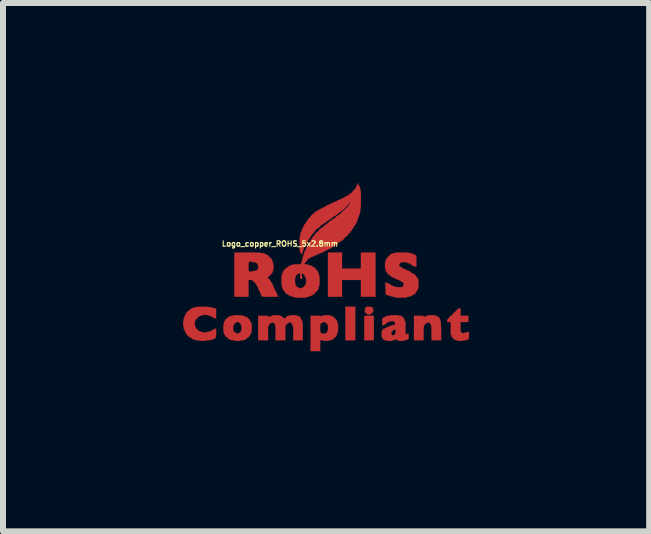
<source format=kicad_pcb>
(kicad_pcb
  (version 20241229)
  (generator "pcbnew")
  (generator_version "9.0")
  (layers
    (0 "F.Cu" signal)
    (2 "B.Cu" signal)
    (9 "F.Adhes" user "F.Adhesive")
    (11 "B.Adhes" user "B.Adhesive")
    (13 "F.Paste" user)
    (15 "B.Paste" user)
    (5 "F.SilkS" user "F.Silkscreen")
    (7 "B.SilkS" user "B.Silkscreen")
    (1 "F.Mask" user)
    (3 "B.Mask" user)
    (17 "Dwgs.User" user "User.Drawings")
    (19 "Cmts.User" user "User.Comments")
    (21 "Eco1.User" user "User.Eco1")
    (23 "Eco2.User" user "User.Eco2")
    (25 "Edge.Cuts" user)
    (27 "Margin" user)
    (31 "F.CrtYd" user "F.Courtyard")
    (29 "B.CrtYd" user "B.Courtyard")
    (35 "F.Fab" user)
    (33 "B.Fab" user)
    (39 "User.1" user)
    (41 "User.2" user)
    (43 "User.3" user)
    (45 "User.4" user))
  (footprint "Logo_copper_ROHS_5x2.8mm"
    (layer "F.Cu")
    (at 2.414 1.411)
    (property "Reference" "Logo_copper_ROHS_5x2.8mm" (at -0.8 -0.4 0) (layer "F.SilkS") (effects (font (size 0.089 0.089) (thickness 0.018))))
    (attr through_hole)
    (fp_poly (pts (xy 0.455 1.209) (xy 0.371 1.209) (xy 0.29 1.209) (xy 0.29 0.93) (xy 0.29 0.648) (xy 0.371 0.648) (xy 0.455 0.648) (xy 0.455 0.93) (xy 0.455 1.209)) (stroke (width 0.003) (type solid)) (fill yes) (layer "F.Cu"))
    (fp_poly (pts (xy 0.765 1.209) (xy 0.683 1.209) (xy 0.605 1.209) (xy 0.605 1.003) (xy 0.605 0.8) (xy 0.683 0.8) (xy 0.765 0.8) (xy 0.765 1.003) (xy 0.765 1.209)) (stroke (width 0.003) (type solid)) (fill yes) (layer "F.Cu"))
    (fp_poly (pts (xy 0.792 0.483) (xy 0.671 0.483) (xy 0.549 0.483) (xy 0.549 0.343) (xy 0.549 0.203) (xy 0.391 0.203) (xy 0.234 0.203) (xy 0.234 0.343) (xy 0.234 0.483) (xy 0.117 0.483) (xy 0 0.483) (xy 0 0.114) (xy 0 -0.254) (xy 0.117 -0.254) (xy 0.234 -0.254) (xy 0.234 -0.119) (xy 0.234 0.013) (xy 0.391 0.013) (xy 0.549 0.013) (xy 0.549 -0.119) (xy 0.549 -0.254) (xy 0.671 -0.254) (xy 0.792 -0.254) (xy 0.792 0.114) (xy 0.792 0.483)) (stroke (width 0.003) (type solid)) (fill yes) (layer "F.Cu"))
    (fp_poly (pts (xy 0.754 0.706) (xy 0.752 0.721) (xy 0.752 0.732) (xy 0.749 0.734) (xy 0.744 0.737) (xy 0.744 0.742) (xy 0.739 0.754) (xy 0.729 0.762) (xy 0.719 0.765) (xy 0.711 0.767) (xy 0.709 0.772) (xy 0.706 0.775) (xy 0.699 0.777) (xy 0.681 0.78) (xy 0.665 0.777) (xy 0.655 0.775) (xy 0.653 0.772) (xy 0.65 0.765) (xy 0.645 0.765) (xy 0.638 0.759) (xy 0.627 0.752) (xy 0.625 0.752) (xy 0.62 0.742) (xy 0.615 0.732) (xy 0.615 0.716) (xy 0.615 0.709) (xy 0.615 0.693) (xy 0.617 0.681) (xy 0.62 0.678) (xy 0.622 0.676) (xy 0.625 0.671) (xy 0.627 0.66) (xy 0.635 0.653) (xy 0.65 0.65) (xy 0.673 0.648) (xy 0.678 0.648) (xy 0.699 0.65) (xy 0.711 0.65) (xy 0.719 0.653) (xy 0.724 0.658) (xy 0.732 0.658) (xy 0.742 0.66) (xy 0.744 0.668) (xy 0.747 0.676) (xy 0.749 0.678) (xy 0.752 0.683) (xy 0.754 0.696) (xy 0.754 0.706)) (stroke (width 0.003) (type solid)) (fill yes) (layer "F.Cu"))
    (fp_poly (pts (xy 1.885 1.209) (xy 1.803 1.209) (xy 1.725 1.209) (xy 1.725 1.085) (xy 1.725 1.041) (xy 1.722 1.008) (xy 1.722 0.983) (xy 1.72 0.965) (xy 1.72 0.96) (xy 1.72 0.958) (xy 1.714 0.955) (xy 1.714 0.945) (xy 1.709 0.93) (xy 1.699 0.922) (xy 1.689 0.919) (xy 1.681 0.917) (xy 1.679 0.912) (xy 1.676 0.904) (xy 1.674 0.904) (xy 1.669 0.907) (xy 1.669 0.912) (xy 1.664 0.917) (xy 1.654 0.919) (xy 1.643 0.919) (xy 1.638 0.925) (xy 1.636 0.93) (xy 1.633 0.93) (xy 1.626 0.932) (xy 1.615 0.942) (xy 1.613 0.95) (xy 1.61 0.958) (xy 1.603 0.963) (xy 1.6 0.968) (xy 1.598 0.97) (xy 1.598 0.978) (xy 1.595 0.986) (xy 1.595 1.001) (xy 1.595 1.024) (xy 1.593 1.052) (xy 1.593 1.09) (xy 1.593 1.209) (xy 1.514 1.209) (xy 1.433 1.209) (xy 1.433 1.003) (xy 1.433 0.8) (xy 1.514 0.8) (xy 1.544 0.8) (xy 1.565 0.8) (xy 1.58 0.8) (xy 1.587 0.8) (xy 1.593 0.803) (xy 1.593 0.805) (xy 1.593 0.808) (xy 1.595 0.815) (xy 1.605 0.818) (xy 1.608 0.818) (xy 1.621 0.818) (xy 1.623 0.813) (xy 1.628 0.81) (xy 1.631 0.808) (xy 1.638 0.805) (xy 1.638 0.803) (xy 1.643 0.8) (xy 1.654 0.8) (xy 1.664 0.798) (xy 1.669 0.795) (xy 1.669 0.792) (xy 1.674 0.792) (xy 1.687 0.79) (xy 1.709 0.79) (xy 1.73 0.79) (xy 1.755 0.79) (xy 1.775 0.79) (xy 1.786 0.792) (xy 1.788 0.792) (xy 1.793 0.798) (xy 1.798 0.8) (xy 1.806 0.8) (xy 1.808 0.803) (xy 1.814 0.808) (xy 1.819 0.808) (xy 1.826 0.81) (xy 1.829 0.813) (xy 1.834 0.818) (xy 1.841 0.823) (xy 1.852 0.831) (xy 1.854 0.838) (xy 1.857 0.843) (xy 1.859 0.843) (xy 1.862 0.848) (xy 1.864 0.853) (xy 1.867 0.861) (xy 1.869 0.864) (xy 1.872 0.869) (xy 1.875 0.879) (xy 1.875 0.884) (xy 1.875 0.897) (xy 1.877 0.904) (xy 1.88 0.904) (xy 1.88 0.909) (xy 1.882 0.925) (xy 1.882 0.947) (xy 1.882 0.98) (xy 1.885 1.021) (xy 1.885 1.057) (xy 1.885 1.209)) (stroke (width 0.003) (type solid)) (fill yes) (layer "F.Cu"))
    (fp_poly (pts (xy 2.349 1.128) (xy 2.349 1.156) (xy 2.347 1.176) (xy 2.344 1.189) (xy 2.337 1.194) (xy 2.329 1.199) (xy 2.319 1.199) (xy 2.309 1.201) (xy 2.304 1.204) (xy 2.299 1.206) (xy 2.289 1.209) (xy 2.276 1.209) (xy 2.261 1.209) (xy 2.25 1.212) (xy 2.248 1.214) (xy 2.245 1.217) (xy 2.23 1.219) (xy 2.212 1.219) (xy 2.207 1.219) (xy 2.184 1.219) (xy 2.172 1.217) (xy 2.164 1.214) (xy 2.159 1.212) (xy 2.149 1.209) (xy 2.144 1.209) (xy 2.131 1.206) (xy 2.123 1.204) (xy 2.118 1.199) (xy 2.113 1.199) (xy 2.103 1.196) (xy 2.093 1.189) (xy 2.088 1.181) (xy 2.085 1.176) (xy 2.078 1.166) (xy 2.073 1.163) (xy 2.062 1.151) (xy 2.06 1.138) (xy 2.057 1.125) (xy 2.052 1.123) (xy 2.05 1.123) (xy 2.047 1.118) (xy 2.045 1.11) (xy 2.045 1.095) (xy 2.045 1.074) (xy 2.045 1.046) (xy 2.045 1.013) (xy 2.045 0.904) (xy 2.014 0.904) (xy 1.984 0.904) (xy 1.984 0.886) (xy 1.986 0.869) (xy 1.996 0.856) (xy 1.999 0.853) (xy 2.009 0.843) (xy 2.014 0.838) (xy 2.014 0.836) (xy 2.017 0.831) (xy 2.024 0.823) (xy 2.035 0.813) (xy 2.045 0.803) (xy 2.05 0.8) (xy 2.052 0.8) (xy 2.057 0.795) (xy 2.065 0.787) (xy 2.073 0.78) (xy 2.078 0.772) (xy 2.083 0.767) (xy 2.09 0.757) (xy 2.101 0.747) (xy 2.111 0.739) (xy 2.116 0.734) (xy 2.121 0.732) (xy 2.131 0.721) (xy 2.141 0.711) (xy 2.149 0.704) (xy 2.154 0.696) (xy 2.159 0.688) (xy 2.169 0.681) (xy 2.184 0.678) (xy 2.189 0.678) (xy 2.21 0.678) (xy 2.21 0.739) (xy 2.21 0.8) (xy 2.273 0.8) (xy 2.339 0.8) (xy 2.339 0.851) (xy 2.339 0.904) (xy 2.273 0.904) (xy 2.21 0.904) (xy 2.21 0.983) (xy 2.21 1.013) (xy 2.21 1.036) (xy 2.21 1.052) (xy 2.212 1.062) (xy 2.215 1.067) (xy 2.217 1.072) (xy 2.22 1.077) (xy 2.233 1.085) (xy 2.245 1.087) (xy 2.258 1.09) (xy 2.273 1.087) (xy 2.281 1.085) (xy 2.283 1.085) (xy 2.289 1.079) (xy 2.299 1.079) (xy 2.309 1.077) (xy 2.314 1.074) (xy 2.319 1.069) (xy 2.329 1.069) (xy 2.332 1.069) (xy 2.349 1.069) (xy 2.349 1.128)) (stroke (width 0.003) (type solid)) (fill yes) (layer "F.Cu"))
    (fp_poly (pts (xy -0.419 1.209) (xy -0.498 1.209) (xy -0.579 1.209) (xy -0.579 1.09) (xy -0.579 1.052) (xy -0.579 1.021) (xy -0.579 1.001) (xy -0.582 0.986) (xy -0.582 0.975) (xy -0.584 0.97) (xy -0.587 0.968) (xy -0.592 0.965) (xy -0.594 0.955) (xy -0.594 0.942) (xy -0.599 0.94) (xy -0.602 0.935) (xy -0.605 0.93) (xy -0.607 0.919) (xy -0.615 0.919) (xy -0.622 0.917) (xy -0.625 0.912) (xy -0.627 0.904) (xy -0.632 0.904) (xy -0.643 0.907) (xy -0.643 0.912) (xy -0.648 0.917) (xy -0.653 0.919) (xy -0.663 0.922) (xy -0.676 0.932) (xy -0.686 0.942) (xy -0.709 0.963) (xy -0.709 1.087) (xy -0.709 1.209) (xy -0.79 1.209) (xy -0.874 1.209) (xy -0.874 1.085) (xy -0.874 1.041) (xy -0.874 1.008) (xy -0.876 0.983) (xy -0.876 0.965) (xy -0.879 0.96) (xy -0.879 0.958) (xy -0.881 0.955) (xy -0.884 0.945) (xy -0.886 0.932) (xy -0.897 0.922) (xy -0.907 0.919) (xy -0.912 0.914) (xy -0.914 0.912) (xy -0.917 0.904) (xy -0.919 0.904) (xy -0.922 0.907) (xy -0.925 0.912) (xy -0.927 0.917) (xy -0.94 0.919) (xy -0.953 0.922) (xy -0.965 0.93) (xy -0.975 0.94) (xy -0.978 0.95) (xy -0.983 0.958) (xy -0.988 0.963) (xy -0.993 0.968) (xy -0.993 0.97) (xy -0.996 0.978) (xy -0.998 0.986) (xy -0.998 1.001) (xy -0.998 1.024) (xy -0.998 1.052) (xy -0.998 1.09) (xy -0.998 1.209) (xy -1.082 1.209) (xy -1.163 1.209) (xy -1.163 1.003) (xy -1.163 0.8) (xy -1.082 0.8) (xy -1.052 0.8) (xy -1.029 0.8) (xy -1.013 0.8) (xy -1.006 0.8) (xy -1.001 0.803) (xy -0.998 0.805) (xy -0.998 0.808) (xy -0.996 0.815) (xy -0.988 0.818) (xy -0.983 0.818) (xy -0.973 0.818) (xy -0.968 0.813) (xy -0.965 0.81) (xy -0.958 0.808) (xy -0.95 0.808) (xy -0.947 0.803) (xy -0.945 0.8) (xy -0.937 0.8) (xy -0.927 0.798) (xy -0.925 0.792) (xy -0.919 0.792) (xy -0.904 0.79) (xy -0.884 0.79) (xy -0.866 0.79) (xy -0.841 0.79) (xy -0.823 0.79) (xy -0.81 0.792) (xy -0.808 0.792) (xy -0.805 0.798) (xy -0.795 0.8) (xy -0.787 0.8) (xy -0.785 0.803) (xy -0.78 0.808) (xy -0.777 0.808) (xy -0.767 0.813) (xy -0.757 0.82) (xy -0.747 0.831) (xy -0.744 0.838) (xy -0.739 0.843) (xy -0.729 0.843) (xy -0.726 0.843) (xy -0.714 0.843) (xy -0.709 0.838) (xy -0.706 0.831) (xy -0.696 0.82) (xy -0.686 0.813) (xy -0.676 0.808) (xy -0.671 0.805) (xy -0.668 0.803) (xy -0.665 0.8) (xy -0.653 0.8) (xy -0.65 0.8) (xy -0.64 0.798) (xy -0.635 0.795) (xy -0.632 0.792) (xy -0.63 0.792) (xy -0.615 0.79) (xy -0.594 0.79) (xy -0.582 0.79) (xy -0.556 0.79) (xy -0.538 0.79) (xy -0.531 0.792) (xy -0.528 0.792) (xy -0.523 0.798) (xy -0.513 0.798) (xy -0.511 0.8) (xy -0.5 0.8) (xy -0.493 0.803) (xy -0.49 0.808) (xy -0.485 0.808) (xy -0.475 0.813) (xy -0.465 0.823) (xy -0.457 0.833) (xy -0.455 0.843) (xy -0.45 0.851) (xy -0.447 0.853) (xy -0.439 0.859) (xy -0.439 0.864) (xy -0.437 0.871) (xy -0.434 0.874) (xy -0.432 0.879) (xy -0.429 0.889) (xy -0.429 0.897) (xy -0.427 0.909) (xy -0.424 0.917) (xy -0.424 0.919) (xy -0.422 0.925) (xy -0.422 0.937) (xy -0.419 0.963) (xy -0.419 0.996) (xy -0.419 1.036) (xy -0.419 1.064) (xy -0.419 1.209)) (stroke (width 0.003) (type solid)) (fill yes) (layer "F.Cu"))
    (fp_poly (pts (xy 0.168 0.998) (xy 0.168 1.026) (xy 0.168 1.044) (xy 0.165 1.057) (xy 0.163 1.059) (xy 0.16 1.064) (xy 0.16 1.074) (xy 0.16 1.079) (xy 0.157 1.092) (xy 0.155 1.097) (xy 0.155 1.1) (xy 0.15 1.102) (xy 0.15 1.113) (xy 0.147 1.12) (xy 0.145 1.123) (xy 0.14 1.128) (xy 0.14 1.13) (xy 0.135 1.14) (xy 0.127 1.151) (xy 0.117 1.161) (xy 0.107 1.171) (xy 0.099 1.173) (xy 0.094 1.179) (xy 0.094 1.181) (xy 0.089 1.186) (xy 0.084 1.189) (xy 0.076 1.191) (xy 0.074 1.194) (xy 0.069 1.199) (xy 0.064 1.199) (xy 0.056 1.201) (xy 0.053 1.204) (xy 0.048 1.206) (xy 0.038 1.209) (xy 0.03 1.209) (xy 0.018 1.209) (xy 0.01 1.212) (xy 0.008 1.214) (xy 0.005 1.217) (xy 0 1.217) (xy 0 1.011) (xy 0 1.003) (xy 0 0.983) (xy 0 0.968) (xy -0.003 0.96) (xy -0.003 0.958) (xy -0.008 0.955) (xy -0.008 0.95) (xy -0.013 0.942) (xy -0.02 0.932) (xy -0.03 0.922) (xy -0.038 0.919) (xy -0.043 0.914) (xy -0.043 0.912) (xy -0.048 0.907) (xy -0.058 0.904) (xy -0.064 0.904) (xy -0.079 0.904) (xy -0.084 0.909) (xy -0.084 0.912) (xy -0.089 0.917) (xy -0.097 0.919) (xy -0.107 0.919) (xy -0.109 0.925) (xy -0.112 0.927) (xy -0.119 0.93) (xy -0.122 0.93) (xy -0.124 0.932) (xy -0.127 0.937) (xy -0.127 0.95) (xy -0.13 0.965) (xy -0.13 0.993) (xy -0.13 1.001) (xy -0.13 1.034) (xy -0.127 1.057) (xy -0.124 1.072) (xy -0.122 1.082) (xy -0.117 1.087) (xy -0.107 1.09) (xy -0.104 1.09) (xy -0.097 1.09) (xy -0.094 1.095) (xy -0.089 1.097) (xy -0.079 1.097) (xy -0.069 1.1) (xy -0.053 1.097) (xy -0.046 1.095) (xy -0.043 1.095) (xy -0.041 1.09) (xy -0.038 1.09) (xy -0.03 1.085) (xy -0.02 1.077) (xy -0.013 1.067) (xy -0.008 1.057) (xy -0.005 1.049) (xy -0.003 1.049) (xy -0.003 1.044) (xy 0 1.031) (xy 0 1.011) (xy 0 1.217) (xy -0.008 1.219) (xy -0.025 1.219) (xy -0.03 1.219) (xy -0.051 1.219) (xy -0.066 1.217) (xy -0.074 1.214) (xy -0.079 1.212) (xy -0.089 1.209) (xy -0.097 1.209) (xy -0.109 1.206) (xy -0.117 1.204) (xy -0.119 1.204) (xy -0.122 1.199) (xy -0.124 1.199) (xy -0.124 1.204) (xy -0.127 1.219) (xy -0.127 1.242) (xy -0.13 1.273) (xy -0.13 1.293) (xy -0.13 1.389) (xy -0.208 1.389) (xy -0.29 1.389) (xy -0.29 1.095) (xy -0.29 0.8) (xy -0.208 0.8) (xy -0.178 0.8) (xy -0.152 0.8) (xy -0.137 0.803) (xy -0.13 0.803) (xy -0.124 0.808) (xy -0.119 0.808) (xy -0.112 0.808) (xy -0.109 0.803) (xy -0.104 0.8) (xy -0.094 0.8) (xy -0.091 0.8) (xy -0.079 0.798) (xy -0.074 0.795) (xy -0.074 0.792) (xy -0.069 0.792) (xy -0.056 0.79) (xy -0.036 0.79) (xy -0.02 0.79) (xy 0 0.79) (xy 0.018 0.79) (xy 0.028 0.792) (xy 0.033 0.798) (xy 0.043 0.798) (xy 0.046 0.8) (xy 0.058 0.8) (xy 0.064 0.803) (xy 0.069 0.808) (xy 0.074 0.808) (xy 0.081 0.813) (xy 0.089 0.818) (xy 0.097 0.826) (xy 0.102 0.828) (xy 0.109 0.833) (xy 0.112 0.841) (xy 0.122 0.851) (xy 0.13 0.859) (xy 0.14 0.871) (xy 0.147 0.881) (xy 0.15 0.886) (xy 0.152 0.892) (xy 0.155 0.894) (xy 0.157 0.899) (xy 0.157 0.909) (xy 0.16 0.917) (xy 0.16 0.93) (xy 0.163 0.937) (xy 0.163 0.94) (xy 0.165 0.942) (xy 0.168 0.958) (xy 0.168 0.978) (xy 0.168 0.998)) (stroke (width 0.003) (type solid)) (fill yes) (layer "F.Cu"))
    (fp_poly (pts (xy -1.267 1.003) (xy -1.27 1.031) (xy -1.27 1.052) (xy -1.273 1.064) (xy -1.273 1.069) (xy -1.278 1.072) (xy -1.278 1.085) (xy -1.28 1.095) (xy -1.285 1.1) (xy -1.293 1.102) (xy -1.293 1.11) (xy -1.298 1.123) (xy -1.303 1.128) (xy -1.311 1.138) (xy -1.313 1.143) (xy -1.318 1.153) (xy -1.328 1.161) (xy -1.336 1.163) (xy -1.344 1.166) (xy -1.344 1.168) (xy -1.349 1.173) (xy -1.351 1.173) (xy -1.359 1.179) (xy -1.359 1.181) (xy -1.364 1.186) (xy -1.369 1.189) (xy -1.377 1.191) (xy -1.379 1.194) (xy -1.382 1.199) (xy -1.389 1.199) (xy -1.397 1.201) (xy -1.4 1.204) (xy -1.402 1.206) (xy -1.415 1.209) (xy -1.43 1.209) (xy -1.433 1.209) (xy -1.433 1.003) (xy -1.435 0.996) (xy -1.438 0.993) (xy -1.443 0.991) (xy -1.443 0.978) (xy -1.443 0.97) (xy -1.445 0.958) (xy -1.448 0.95) (xy -1.453 0.945) (xy -1.453 0.94) (xy -1.458 0.93) (xy -1.468 0.922) (xy -1.476 0.919) (xy -1.483 0.914) (xy -1.483 0.912) (xy -1.486 0.907) (xy -1.496 0.904) (xy -1.506 0.904) (xy -1.521 0.904) (xy -1.529 0.907) (xy -1.529 0.912) (xy -1.532 0.917) (xy -1.537 0.919) (xy -1.547 0.922) (xy -1.557 0.932) (xy -1.56 0.94) (xy -1.562 0.947) (xy -1.567 0.95) (xy -1.572 0.953) (xy -1.572 0.963) (xy -1.575 0.97) (xy -1.575 0.986) (xy -1.577 0.993) (xy -1.58 0.993) (xy -1.582 0.998) (xy -1.582 1.003) (xy -1.582 1.011) (xy -1.58 1.013) (xy -1.575 1.019) (xy -1.575 1.029) (xy -1.575 1.036) (xy -1.572 1.049) (xy -1.57 1.059) (xy -1.567 1.059) (xy -1.562 1.062) (xy -1.552 1.069) (xy -1.549 1.074) (xy -1.539 1.082) (xy -1.529 1.09) (xy -1.527 1.09) (xy -1.519 1.092) (xy -1.519 1.095) (xy -1.514 1.097) (xy -1.509 1.1) (xy -1.501 1.097) (xy -1.499 1.095) (xy -1.494 1.09) (xy -1.488 1.09) (xy -1.478 1.085) (xy -1.468 1.077) (xy -1.46 1.072) (xy -1.45 1.059) (xy -1.445 1.046) (xy -1.443 1.034) (xy -1.443 1.021) (xy -1.44 1.013) (xy -1.438 1.013) (xy -1.435 1.008) (xy -1.433 1.003) (xy -1.433 1.209) (xy -1.448 1.209) (xy -1.46 1.212) (xy -1.463 1.214) (xy -1.468 1.217) (xy -1.481 1.219) (xy -1.501 1.219) (xy -1.506 1.219) (xy -1.527 1.219) (xy -1.542 1.217) (xy -1.549 1.214) (xy -1.554 1.212) (xy -1.565 1.209) (xy -1.582 1.209) (xy -1.598 1.209) (xy -1.61 1.206) (xy -1.613 1.204) (xy -1.618 1.199) (xy -1.626 1.199) (xy -1.636 1.196) (xy -1.638 1.194) (xy -1.643 1.189) (xy -1.648 1.189) (xy -1.656 1.186) (xy -1.659 1.184) (xy -1.664 1.173) (xy -1.671 1.166) (xy -1.681 1.163) (xy -1.687 1.161) (xy -1.689 1.158) (xy -1.692 1.153) (xy -1.697 1.153) (xy -1.702 1.151) (xy -1.704 1.146) (xy -1.707 1.135) (xy -1.714 1.128) (xy -1.722 1.118) (xy -1.725 1.11) (xy -1.725 1.102) (xy -1.73 1.1) (xy -1.732 1.095) (xy -1.735 1.085) (xy -1.735 1.074) (xy -1.737 1.069) (xy -1.74 1.069) (xy -1.74 1.064) (xy -1.742 1.049) (xy -1.742 1.029) (xy -1.742 1.003) (xy -1.742 0.975) (xy -1.742 0.955) (xy -1.74 0.942) (xy -1.74 0.94) (xy -1.735 0.935) (xy -1.735 0.925) (xy -1.735 0.922) (xy -1.732 0.909) (xy -1.73 0.904) (xy -1.725 0.899) (xy -1.725 0.894) (xy -1.722 0.886) (xy -1.72 0.884) (xy -1.714 0.879) (xy -1.714 0.876) (xy -1.709 0.866) (xy -1.704 0.859) (xy -1.697 0.853) (xy -1.689 0.851) (xy -1.681 0.843) (xy -1.679 0.833) (xy -1.674 0.831) (xy -1.669 0.828) (xy -1.661 0.826) (xy -1.654 0.818) (xy -1.641 0.81) (xy -1.631 0.808) (xy -1.618 0.808) (xy -1.613 0.805) (xy -1.613 0.803) (xy -1.61 0.8) (xy -1.598 0.8) (xy -1.593 0.8) (xy -1.582 0.798) (xy -1.575 0.795) (xy -1.575 0.792) (xy -1.57 0.792) (xy -1.554 0.79) (xy -1.534 0.79) (xy -1.509 0.79) (xy -1.481 0.79) (xy -1.46 0.79) (xy -1.448 0.792) (xy -1.443 0.792) (xy -1.44 0.798) (xy -1.427 0.798) (xy -1.422 0.8) (xy -1.407 0.8) (xy -1.4 0.803) (xy -1.394 0.808) (xy -1.384 0.808) (xy -1.372 0.813) (xy -1.364 0.818) (xy -1.354 0.826) (xy -1.346 0.828) (xy -1.336 0.831) (xy -1.333 0.833) (xy -1.331 0.841) (xy -1.321 0.851) (xy -1.318 0.853) (xy -1.308 0.864) (xy -1.303 0.874) (xy -1.303 0.876) (xy -1.3 0.884) (xy -1.298 0.884) (xy -1.295 0.889) (xy -1.293 0.894) (xy -1.29 0.902) (xy -1.285 0.904) (xy -1.28 0.907) (xy -1.278 0.919) (xy -1.278 0.922) (xy -1.278 0.932) (xy -1.275 0.94) (xy -1.273 0.94) (xy -1.273 0.942) (xy -1.27 0.958) (xy -1.27 0.978) (xy -1.267 1.003)) (stroke (width 0.003) (type solid)) (fill yes) (layer "F.Cu"))
    (fp_poly (pts (xy 1.344 1.14) (xy 1.344 1.166) (xy 1.341 1.184) (xy 1.333 1.194) (xy 1.326 1.199) (xy 1.316 1.199) (xy 1.308 1.201) (xy 1.303 1.204) (xy 1.3 1.206) (xy 1.288 1.209) (xy 1.28 1.209) (xy 1.267 1.209) (xy 1.26 1.212) (xy 1.26 1.214) (xy 1.255 1.217) (xy 1.242 1.219) (xy 1.222 1.219) (xy 1.217 1.219) (xy 1.196 1.219) (xy 1.181 1.217) (xy 1.173 1.214) (xy 1.168 1.209) (xy 1.163 1.209) (xy 1.156 1.206) (xy 1.153 1.204) (xy 1.151 1.199) (xy 1.146 1.199) (xy 1.138 1.194) (xy 1.135 1.194) (xy 1.133 1.189) (xy 1.13 1.194) (xy 1.128 1.194) (xy 1.128 1.067) (xy 1.128 1.046) (xy 1.123 1.031) (xy 1.12 1.029) (xy 1.113 1.024) (xy 1.11 1.029) (xy 1.105 1.034) (xy 1.097 1.034) (xy 1.09 1.036) (xy 1.09 1.039) (xy 1.085 1.046) (xy 1.079 1.054) (xy 1.072 1.059) (xy 1.067 1.062) (xy 1.062 1.067) (xy 1.057 1.074) (xy 1.054 1.087) (xy 1.054 1.097) (xy 1.057 1.107) (xy 1.059 1.11) (xy 1.064 1.113) (xy 1.064 1.115) (xy 1.067 1.123) (xy 1.079 1.123) (xy 1.082 1.123) (xy 1.095 1.123) (xy 1.1 1.118) (xy 1.1 1.115) (xy 1.102 1.11) (xy 1.107 1.11) (xy 1.118 1.105) (xy 1.125 1.092) (xy 1.128 1.072) (xy 1.128 1.067) (xy 1.128 1.194) (xy 1.125 1.199) (xy 1.118 1.199) (xy 1.11 1.201) (xy 1.11 1.204) (xy 1.105 1.206) (xy 1.092 1.209) (xy 1.087 1.209) (xy 1.072 1.209) (xy 1.064 1.212) (xy 1.064 1.214) (xy 1.059 1.217) (xy 1.046 1.219) (xy 1.026 1.219) (xy 1.021 1.219) (xy 1.001 1.219) (xy 0.986 1.217) (xy 0.978 1.214) (xy 0.975 1.212) (xy 0.963 1.209) (xy 0.958 1.209) (xy 0.947 1.206) (xy 0.94 1.204) (xy 0.935 1.199) (xy 0.932 1.199) (xy 0.925 1.196) (xy 0.917 1.189) (xy 0.914 1.181) (xy 0.909 1.173) (xy 0.904 1.168) (xy 0.899 1.163) (xy 0.897 1.158) (xy 0.894 1.148) (xy 0.894 1.13) (xy 0.894 1.11) (xy 0.894 1.087) (xy 0.897 1.069) (xy 0.897 1.059) (xy 0.899 1.059) (xy 0.902 1.054) (xy 0.904 1.049) (xy 0.907 1.036) (xy 0.917 1.024) (xy 0.93 1.016) (xy 0.937 1.013) (xy 0.947 1.011) (xy 0.95 1.008) (xy 0.953 1.006) (xy 0.958 1.003) (xy 0.968 1.001) (xy 0.968 0.998) (xy 0.973 0.996) (xy 0.978 0.993) (xy 0.988 0.991) (xy 0.988 0.988) (xy 0.993 0.986) (xy 1.003 0.983) (xy 1.006 0.983) (xy 1.019 0.983) (xy 1.024 0.978) (xy 1.024 0.975) (xy 1.029 0.97) (xy 1.039 0.968) (xy 1.049 0.968) (xy 1.054 0.963) (xy 1.059 0.96) (xy 1.069 0.958) (xy 1.072 0.958) (xy 1.082 0.958) (xy 1.09 0.955) (xy 1.092 0.95) (xy 1.105 0.95) (xy 1.113 0.947) (xy 1.118 0.945) (xy 1.118 0.932) (xy 1.118 0.93) (xy 1.115 0.909) (xy 1.107 0.897) (xy 1.092 0.894) (xy 1.082 0.892) (xy 1.079 0.889) (xy 1.074 0.884) (xy 1.072 0.884) (xy 1.064 0.886) (xy 1.064 0.889) (xy 1.059 0.892) (xy 1.049 0.894) (xy 1.044 0.894) (xy 1.031 0.894) (xy 1.024 0.897) (xy 1.024 0.899) (xy 1.019 0.902) (xy 1.008 0.904) (xy 1.006 0.904) (xy 0.996 0.904) (xy 0.988 0.909) (xy 0.986 0.917) (xy 0.975 0.925) (xy 0.968 0.93) (xy 0.963 0.932) (xy 0.953 0.94) (xy 0.95 0.945) (xy 0.935 0.955) (xy 0.919 0.958) (xy 0.904 0.958) (xy 0.904 0.902) (xy 0.904 0.876) (xy 0.904 0.856) (xy 0.907 0.846) (xy 0.909 0.843) (xy 0.914 0.841) (xy 0.914 0.836) (xy 0.917 0.831) (xy 0.927 0.828) (xy 0.935 0.828) (xy 0.94 0.823) (xy 0.942 0.82) (xy 0.95 0.818) (xy 0.958 0.818) (xy 0.958 0.813) (xy 0.963 0.81) (xy 0.968 0.808) (xy 0.978 0.808) (xy 0.978 0.803) (xy 0.983 0.8) (xy 0.996 0.8) (xy 1.006 0.8) (xy 1.021 0.798) (xy 1.031 0.795) (xy 1.034 0.792) (xy 1.039 0.792) (xy 1.052 0.79) (xy 1.074 0.79) (xy 1.105 0.79) (xy 1.133 0.79) (xy 1.156 0.79) (xy 1.168 0.792) (xy 1.173 0.792) (xy 1.179 0.798) (xy 1.189 0.798) (xy 1.196 0.8) (xy 1.209 0.8) (xy 1.217 0.803) (xy 1.219 0.803) (xy 1.222 0.808) (xy 1.227 0.808) (xy 1.234 0.813) (xy 1.245 0.82) (xy 1.255 0.831) (xy 1.26 0.838) (xy 1.262 0.843) (xy 1.265 0.843) (xy 1.267 0.848) (xy 1.27 0.853) (xy 1.27 0.861) (xy 1.273 0.864) (xy 1.278 0.869) (xy 1.278 0.879) (xy 1.28 0.892) (xy 1.285 0.894) (xy 1.288 0.894) (xy 1.29 0.899) (xy 1.293 0.907) (xy 1.293 0.922) (xy 1.293 0.942) (xy 1.293 0.973) (xy 1.293 1.001) (xy 1.293 1.036) (xy 1.293 1.064) (xy 1.295 1.082) (xy 1.295 1.095) (xy 1.295 1.102) (xy 1.298 1.107) (xy 1.3 1.107) (xy 1.303 1.11) (xy 1.311 1.107) (xy 1.313 1.105) (xy 1.318 1.1) (xy 1.328 1.1) (xy 1.344 1.1) (xy 1.344 1.14)) (stroke (width 0.003) (type solid)) (fill yes) (layer "F.Cu"))
    (fp_poly (pts (xy -0.828 0.478) (xy -0.833 0.48) (xy -0.848 0.483) (xy -0.871 0.483) (xy -0.904 0.483) (xy -0.945 0.483) (xy -0.963 0.483) (xy -1.003 0.483) (xy -1.036 0.483) (xy -1.062 0.483) (xy -1.082 0.48) (xy -1.095 0.48) (xy -1.102 0.478) (xy -1.107 0.472) (xy -1.107 0.467) (xy -1.11 0.462) (xy -1.113 0.455) (xy -1.118 0.45) (xy -1.118 0.439) (xy -1.12 0.429) (xy -1.123 0.424) (xy -1.128 0.419) (xy -1.128 0.411) (xy -1.13 0.401) (xy -1.133 0.399) (xy -1.138 0.394) (xy -1.138 0.389) (xy -1.143 0.381) (xy -1.146 0.378) (xy -1.153 0.373) (xy -1.153 0.368) (xy -1.156 0.361) (xy -1.158 0.358) (xy -1.161 0.356) (xy -1.163 0.343) (xy -1.163 0.34) (xy -1.163 -0.013) (xy -1.163 -0.03) (xy -1.166 -0.043) (xy -1.168 -0.048) (xy -1.173 -0.053) (xy -1.173 -0.061) (xy -1.176 -0.071) (xy -1.184 -0.074) (xy -1.191 -0.076) (xy -1.194 -0.079) (xy -1.199 -0.081) (xy -1.206 -0.084) (xy -1.217 -0.086) (xy -1.219 -0.089) (xy -1.224 -0.091) (xy -1.234 -0.094) (xy -1.245 -0.094) (xy -1.257 -0.094) (xy -1.267 -0.097) (xy -1.267 -0.099) (xy -1.273 -0.102) (xy -1.283 -0.104) (xy -1.295 -0.104) (xy -1.308 -0.102) (xy -1.316 -0.097) (xy -1.318 -0.089) (xy -1.321 -0.074) (xy -1.323 -0.051) (xy -1.323 -0.028) (xy -1.323 -0.003) (xy -1.323 0.018) (xy -1.321 0.038) (xy -1.318 0.051) (xy -1.318 0.056) (xy -1.311 0.061) (xy -1.298 0.064) (xy -1.283 0.064) (xy -1.27 0.064) (xy -1.26 0.061) (xy -1.26 0.058) (xy -1.255 0.056) (xy -1.242 0.053) (xy -1.232 0.053) (xy -1.217 0.053) (xy -1.206 0.051) (xy -1.204 0.048) (xy -1.199 0.043) (xy -1.196 0.043) (xy -1.186 0.041) (xy -1.176 0.033) (xy -1.176 0.03) (xy -1.168 0.023) (xy -1.166 0.015) (xy -1.163 0) (xy -1.163 -0.013) (xy -1.163 0.34) (xy -1.166 0.33) (xy -1.168 0.325) (xy -1.168 0.323) (xy -1.173 0.32) (xy -1.173 0.315) (xy -1.179 0.305) (xy -1.184 0.3) (xy -1.191 0.29) (xy -1.194 0.282) (xy -1.196 0.272) (xy -1.206 0.262) (xy -1.214 0.259) (xy -1.219 0.254) (xy -1.219 0.251) (xy -1.222 0.241) (xy -1.232 0.231) (xy -1.24 0.229) (xy -1.247 0.226) (xy -1.255 0.216) (xy -1.26 0.208) (xy -1.262 0.206) (xy -1.278 0.203) (xy -1.29 0.203) (xy -1.323 0.203) (xy -1.323 0.343) (xy -1.323 0.483) (xy -1.44 0.483) (xy -1.56 0.483) (xy -1.56 0.114) (xy -1.56 -0.254) (xy -1.344 -0.254) (xy -1.285 -0.254) (xy -1.237 -0.254) (xy -1.196 -0.251) (xy -1.166 -0.251) (xy -1.143 -0.251) (xy -1.13 -0.249) (xy -1.128 -0.249) (xy -1.125 -0.246) (xy -1.113 -0.244) (xy -1.097 -0.244) (xy -1.079 -0.244) (xy -1.067 -0.241) (xy -1.064 -0.239) (xy -1.059 -0.234) (xy -1.054 -0.234) (xy -1.046 -0.231) (xy -1.044 -0.229) (xy -1.039 -0.224) (xy -1.034 -0.224) (xy -1.026 -0.221) (xy -1.024 -0.218) (xy -1.019 -0.216) (xy -1.011 -0.213) (xy -1.001 -0.211) (xy -0.998 -0.208) (xy -0.996 -0.203) (xy -0.986 -0.193) (xy -0.975 -0.178) (xy -0.97 -0.175) (xy -0.958 -0.163) (xy -0.947 -0.152) (xy -0.94 -0.15) (xy -0.935 -0.145) (xy -0.935 -0.137) (xy -0.932 -0.127) (xy -0.93 -0.124) (xy -0.925 -0.119) (xy -0.925 -0.109) (xy -0.922 -0.099) (xy -0.919 -0.094) (xy -0.917 -0.089) (xy -0.914 -0.079) (xy -0.914 -0.071) (xy -0.912 -0.058) (xy -0.909 -0.051) (xy -0.909 -0.048) (xy -0.907 -0.043) (xy -0.904 -0.033) (xy -0.904 -0.015) (xy -0.904 0) (xy -0.907 0.01) (xy -0.909 0.013) (xy -0.912 0.018) (xy -0.914 0.03) (xy -0.914 0.038) (xy -0.914 0.053) (xy -0.917 0.061) (xy -0.919 0.064) (xy -0.922 0.069) (xy -0.925 0.074) (xy -0.927 0.084) (xy -0.932 0.094) (xy -0.94 0.099) (xy -0.942 0.099) (xy -0.947 0.102) (xy -0.955 0.112) (xy -0.958 0.122) (xy -0.963 0.127) (xy -0.968 0.13) (xy -0.978 0.132) (xy -0.978 0.135) (xy -0.983 0.142) (xy -0.993 0.152) (xy -1.003 0.155) (xy -1.011 0.155) (xy -1.013 0.16) (xy -1.011 0.163) (xy -1.008 0.163) (xy -1.001 0.168) (xy -0.991 0.178) (xy -0.978 0.191) (xy -0.968 0.203) (xy -0.96 0.213) (xy -0.958 0.218) (xy -0.958 0.226) (xy -0.953 0.229) (xy -0.95 0.234) (xy -0.947 0.239) (xy -0.947 0.246) (xy -0.942 0.249) (xy -0.935 0.254) (xy -0.927 0.264) (xy -0.925 0.274) (xy -0.922 0.282) (xy -0.919 0.284) (xy -0.914 0.287) (xy -0.914 0.3) (xy -0.912 0.31) (xy -0.909 0.315) (xy -0.904 0.318) (xy -0.904 0.323) (xy -0.902 0.333) (xy -0.899 0.333) (xy -0.894 0.338) (xy -0.894 0.345) (xy -0.892 0.356) (xy -0.889 0.358) (xy -0.884 0.363) (xy -0.884 0.368) (xy -0.881 0.376) (xy -0.879 0.378) (xy -0.874 0.384) (xy -0.874 0.389) (xy -0.871 0.396) (xy -0.866 0.399) (xy -0.861 0.404) (xy -0.859 0.411) (xy -0.856 0.422) (xy -0.853 0.424) (xy -0.851 0.429) (xy -0.848 0.439) (xy -0.848 0.45) (xy -0.843 0.455) (xy -0.841 0.457) (xy -0.838 0.465) (xy -0.836 0.472) (xy -0.833 0.475) (xy -0.828 0.478)) (stroke (width 0.003) (type solid)) (fill yes) (layer "F.Cu"))
    (fp_poly (pts (xy -1.864 1.087) (xy -1.864 1.118) (xy -1.864 1.14) (xy -1.867 1.158) (xy -1.872 1.166) (xy -1.877 1.171) (xy -1.885 1.173) (xy -1.892 1.179) (xy -1.895 1.181) (xy -1.897 1.186) (xy -1.905 1.189) (xy -1.915 1.191) (xy -1.918 1.194) (xy -1.923 1.196) (xy -1.933 1.199) (xy -1.938 1.199) (xy -1.951 1.199) (xy -1.958 1.201) (xy -1.958 1.204) (xy -1.963 1.206) (xy -1.976 1.209) (xy -1.994 1.209) (xy -1.996 1.209) (xy -2.014 1.209) (xy -2.029 1.212) (xy -2.035 1.214) (xy -2.04 1.217) (xy -2.052 1.217) (xy -2.073 1.219) (xy -2.088 1.219) (xy -2.113 1.219) (xy -2.131 1.217) (xy -2.141 1.214) (xy -2.144 1.214) (xy -2.149 1.212) (xy -2.162 1.209) (xy -2.177 1.209) (xy -2.192 1.209) (xy -2.205 1.206) (xy -2.21 1.204) (xy -2.212 1.201) (xy -2.223 1.199) (xy -2.235 1.196) (xy -2.238 1.194) (xy -2.243 1.191) (xy -2.25 1.189) (xy -2.261 1.186) (xy -2.263 1.181) (xy -2.268 1.176) (xy -2.273 1.173) (xy -2.281 1.171) (xy -2.283 1.168) (xy -2.289 1.163) (xy -2.294 1.163) (xy -2.301 1.161) (xy -2.309 1.153) (xy -2.316 1.146) (xy -2.319 1.143) (xy -2.327 1.14) (xy -2.337 1.133) (xy -2.344 1.123) (xy -2.349 1.115) (xy -2.352 1.11) (xy -2.355 1.11) (xy -2.357 1.105) (xy -2.36 1.1) (xy -2.362 1.09) (xy -2.37 1.085) (xy -2.377 1.074) (xy -2.377 1.067) (xy -2.38 1.059) (xy -2.383 1.059) (xy -2.388 1.054) (xy -2.388 1.044) (xy -2.388 1.041) (xy -2.39 1.029) (xy -2.395 1.024) (xy -2.4 1.021) (xy -2.403 1.013) (xy -2.403 0.996) (xy -2.405 0.98) (xy -2.408 0.97) (xy -2.408 0.968) (xy -2.41 0.965) (xy -2.413 0.95) (xy -2.413 0.932) (xy -2.413 0.927) (xy -2.413 0.907) (xy -2.41 0.892) (xy -2.41 0.884) (xy -2.408 0.884) (xy -2.405 0.879) (xy -2.405 0.869) (xy -2.403 0.856) (xy -2.403 0.841) (xy -2.4 0.831) (xy -2.395 0.828) (xy -2.39 0.826) (xy -2.388 0.813) (xy -2.388 0.803) (xy -2.383 0.8) (xy -2.38 0.795) (xy -2.377 0.79) (xy -2.377 0.78) (xy -2.375 0.78) (xy -2.37 0.775) (xy -2.37 0.772) (xy -2.367 0.765) (xy -2.365 0.765) (xy -2.36 0.759) (xy -2.36 0.757) (xy -2.355 0.749) (xy -2.347 0.737) (xy -2.337 0.726) (xy -2.327 0.716) (xy -2.319 0.714) (xy -2.314 0.711) (xy -2.314 0.709) (xy -2.309 0.704) (xy -2.304 0.704) (xy -2.296 0.701) (xy -2.294 0.699) (xy -2.289 0.688) (xy -2.281 0.681) (xy -2.271 0.678) (xy -2.266 0.676) (xy -2.263 0.673) (xy -2.261 0.671) (xy -2.248 0.668) (xy -2.245 0.668) (xy -2.235 0.668) (xy -2.23 0.665) (xy -2.228 0.663) (xy -2.225 0.66) (xy -2.215 0.658) (xy -2.202 0.658) (xy -2.2 0.653) (xy -2.195 0.653) (xy -2.179 0.65) (xy -2.156 0.65) (xy -2.123 0.65) (xy -2.09 0.648) (xy -2.052 0.65) (xy -2.022 0.65) (xy -1.999 0.65) (xy -1.986 0.653) (xy -1.984 0.653) (xy -1.979 0.655) (xy -1.968 0.658) (xy -1.956 0.658) (xy -1.941 0.66) (xy -1.93 0.663) (xy -1.928 0.663) (xy -1.925 0.668) (xy -1.913 0.668) (xy -1.91 0.668) (xy -1.9 0.671) (xy -1.895 0.673) (xy -1.89 0.678) (xy -1.88 0.678) (xy -1.864 0.678) (xy -1.864 0.762) (xy -1.864 0.843) (xy -1.88 0.843) (xy -1.89 0.841) (xy -1.895 0.836) (xy -1.897 0.831) (xy -1.905 0.828) (xy -1.915 0.828) (xy -1.918 0.823) (xy -1.923 0.82) (xy -1.928 0.818) (xy -1.938 0.818) (xy -1.938 0.813) (xy -1.943 0.81) (xy -1.948 0.808) (xy -1.956 0.808) (xy -1.958 0.803) (xy -1.963 0.8) (xy -1.971 0.8) (xy -1.981 0.798) (xy -1.984 0.792) (xy -1.989 0.79) (xy -1.999 0.79) (xy -2.009 0.79) (xy -2.022 0.787) (xy -2.032 0.785) (xy -2.035 0.785) (xy -2.037 0.78) (xy -2.047 0.78) (xy -2.055 0.78) (xy -2.06 0.785) (xy -2.062 0.787) (xy -2.075 0.787) (xy -2.083 0.79) (xy -2.098 0.79) (xy -2.108 0.792) (xy -2.113 0.798) (xy -2.121 0.8) (xy -2.131 0.8) (xy -2.134 0.803) (xy -2.139 0.808) (xy -2.141 0.808) (xy -2.149 0.813) (xy -2.159 0.82) (xy -2.169 0.828) (xy -2.174 0.836) (xy -2.177 0.843) (xy -2.184 0.851) (xy -2.189 0.853) (xy -2.192 0.853) (xy -2.2 0.859) (xy -2.205 0.866) (xy -2.21 0.876) (xy -2.212 0.884) (xy -2.215 0.884) (xy -2.217 0.889) (xy -2.217 0.902) (xy -2.22 0.922) (xy -2.22 0.927) (xy -2.217 0.947) (xy -2.217 0.963) (xy -2.215 0.968) (xy -2.21 0.973) (xy -2.21 0.98) (xy -2.207 0.991) (xy -2.205 0.993) (xy -2.2 0.998) (xy -2.2 1.003) (xy -2.197 1.011) (xy -2.195 1.013) (xy -2.187 1.016) (xy -2.177 1.026) (xy -2.169 1.036) (xy -2.164 1.044) (xy -2.159 1.049) (xy -2.154 1.049) (xy -2.146 1.052) (xy -2.144 1.054) (xy -2.139 1.057) (xy -2.134 1.059) (xy -2.126 1.062) (xy -2.123 1.064) (xy -2.118 1.067) (xy -2.108 1.069) (xy -2.106 1.069) (xy -2.095 1.069) (xy -2.088 1.072) (xy -2.088 1.074) (xy -2.085 1.077) (xy -2.073 1.077) (xy -2.057 1.079) (xy -2.04 1.077) (xy -2.027 1.077) (xy -2.024 1.074) (xy -2.019 1.072) (xy -2.009 1.069) (xy -2.004 1.069) (xy -1.991 1.067) (xy -1.984 1.064) (xy -1.979 1.059) (xy -1.968 1.059) (xy -1.966 1.059) (xy -1.956 1.057) (xy -1.948 1.054) (xy -1.946 1.049) (xy -1.938 1.049) (xy -1.93 1.046) (xy -1.928 1.041) (xy -1.925 1.036) (xy -1.915 1.034) (xy -1.908 1.031) (xy -1.905 1.029) (xy -1.9 1.024) (xy -1.895 1.024) (xy -1.885 1.021) (xy -1.885 1.019) (xy -1.88 1.013) (xy -1.875 1.013) (xy -1.869 1.013) (xy -1.867 1.016) (xy -1.864 1.024) (xy -1.864 1.034) (xy -1.864 1.052) (xy -1.864 1.077) (xy -1.864 1.087)) (stroke (width 0.003) (type solid)) (fill yes) (layer "F.Cu"))
    (fp_poly (pts (xy 1.509 0.269) (xy 1.509 0.3) (xy 1.506 0.323) (xy 1.506 0.338) (xy 1.504 0.343) (xy 1.501 0.348) (xy 1.499 0.356) (xy 1.496 0.366) (xy 1.491 0.368) (xy 1.486 0.373) (xy 1.483 0.378) (xy 1.481 0.386) (xy 1.478 0.389) (xy 1.476 0.394) (xy 1.473 0.399) (xy 1.471 0.406) (xy 1.468 0.409) (xy 1.463 0.411) (xy 1.463 0.414) (xy 1.46 0.422) (xy 1.45 0.432) (xy 1.44 0.439) (xy 1.43 0.445) (xy 1.42 0.447) (xy 1.415 0.455) (xy 1.405 0.462) (xy 1.397 0.465) (xy 1.389 0.467) (xy 1.389 0.47) (xy 1.384 0.472) (xy 1.374 0.475) (xy 1.364 0.475) (xy 1.359 0.478) (xy 1.354 0.483) (xy 1.344 0.483) (xy 1.336 0.483) (xy 1.321 0.485) (xy 1.316 0.488) (xy 1.313 0.49) (xy 1.313 0.493) (xy 1.308 0.495) (xy 1.298 0.498) (xy 1.285 0.498) (xy 1.262 0.498) (xy 1.232 0.498) (xy 1.217 0.498) (xy 1.181 0.498) (xy 1.158 0.498) (xy 1.14 0.498) (xy 1.128 0.495) (xy 1.123 0.495) (xy 1.12 0.493) (xy 1.118 0.49) (xy 1.115 0.488) (xy 1.107 0.485) (xy 1.092 0.483) (xy 1.077 0.483) (xy 1.067 0.48) (xy 1.064 0.478) (xy 1.059 0.475) (xy 1.049 0.475) (xy 1.039 0.472) (xy 1.034 0.47) (xy 1.029 0.465) (xy 1.019 0.465) (xy 1.016 0.465) (xy 1.006 0.462) (xy 0.998 0.46) (xy 0.996 0.455) (xy 0.986 0.455) (xy 0.975 0.452) (xy 0.97 0.45) (xy 0.965 0.445) (xy 0.963 0.434) (xy 0.96 0.417) (xy 0.96 0.394) (xy 0.958 0.361) (xy 0.958 0.353) (xy 0.958 0.32) (xy 0.958 0.295) (xy 0.958 0.277) (xy 0.955 0.269) (xy 0.95 0.264) (xy 0.95 0.259) (xy 0.95 0.251) (xy 0.958 0.249) (xy 0.968 0.249) (xy 0.98 0.249) (xy 0.988 0.251) (xy 0.988 0.254) (xy 0.993 0.257) (xy 1.001 0.259) (xy 1.011 0.262) (xy 1.013 0.264) (xy 1.019 0.267) (xy 1.024 0.269) (xy 1.031 0.272) (xy 1.034 0.277) (xy 1.039 0.282) (xy 1.044 0.284) (xy 1.052 0.287) (xy 1.054 0.29) (xy 1.059 0.292) (xy 1.067 0.295) (xy 1.074 0.295) (xy 1.079 0.3) (xy 1.082 0.302) (xy 1.09 0.305) (xy 1.097 0.305) (xy 1.1 0.31) (xy 1.102 0.312) (xy 1.113 0.315) (xy 1.115 0.315) (xy 1.125 0.315) (xy 1.128 0.318) (xy 1.128 0.32) (xy 1.133 0.32) (xy 1.148 0.323) (xy 1.168 0.323) (xy 1.181 0.323) (xy 1.206 0.323) (xy 1.222 0.323) (xy 1.232 0.32) (xy 1.24 0.318) (xy 1.245 0.312) (xy 1.247 0.312) (xy 1.255 0.297) (xy 1.26 0.282) (xy 1.26 0.264) (xy 1.255 0.251) (xy 1.245 0.241) (xy 1.237 0.239) (xy 1.229 0.236) (xy 1.224 0.229) (xy 1.214 0.221) (xy 1.204 0.218) (xy 1.196 0.216) (xy 1.194 0.211) (xy 1.189 0.206) (xy 1.179 0.203) (xy 1.168 0.203) (xy 1.163 0.198) (xy 1.158 0.196) (xy 1.151 0.193) (xy 1.143 0.193) (xy 1.138 0.188) (xy 1.135 0.185) (xy 1.128 0.183) (xy 1.12 0.183) (xy 1.118 0.178) (xy 1.115 0.175) (xy 1.11 0.173) (xy 1.1 0.173) (xy 1.1 0.168) (xy 1.095 0.165) (xy 1.09 0.163) (xy 1.079 0.163) (xy 1.079 0.16) (xy 1.074 0.155) (xy 1.069 0.155) (xy 1.057 0.15) (xy 1.046 0.142) (xy 1.044 0.135) (xy 1.039 0.13) (xy 1.034 0.13) (xy 1.026 0.124) (xy 1.019 0.119) (xy 1.011 0.112) (xy 1.008 0.109) (xy 0.998 0.104) (xy 0.991 0.097) (xy 0.988 0.086) (xy 0.986 0.079) (xy 0.983 0.079) (xy 0.98 0.074) (xy 0.978 0.071) (xy 0.975 0.064) (xy 0.973 0.064) (xy 0.97 0.058) (xy 0.968 0.053) (xy 0.968 0.046) (xy 0.963 0.043) (xy 0.96 0.041) (xy 0.958 0.028) (xy 0.958 0.018) (xy 0.955 0.013) (xy 0.953 0.01) (xy 0.95 -0.003) (xy 0.95 -0.023) (xy 0.95 -0.038) (xy 0.95 -0.064) (xy 0.95 -0.081) (xy 0.953 -0.091) (xy 0.955 -0.094) (xy 0.958 -0.099) (xy 0.958 -0.109) (xy 0.96 -0.119) (xy 0.963 -0.124) (xy 0.968 -0.127) (xy 0.968 -0.137) (xy 0.97 -0.145) (xy 0.973 -0.15) (xy 0.978 -0.152) (xy 0.978 -0.157) (xy 0.983 -0.165) (xy 0.991 -0.175) (xy 0.998 -0.183) (xy 1.006 -0.188) (xy 1.013 -0.193) (xy 1.019 -0.198) (xy 1.024 -0.206) (xy 1.029 -0.213) (xy 1.036 -0.221) (xy 1.046 -0.224) (xy 1.052 -0.226) (xy 1.054 -0.229) (xy 1.059 -0.234) (xy 1.067 -0.234) (xy 1.074 -0.236) (xy 1.079 -0.239) (xy 1.082 -0.241) (xy 1.095 -0.244) (xy 1.1 -0.244) (xy 1.113 -0.244) (xy 1.118 -0.246) (xy 1.118 -0.249) (xy 1.123 -0.251) (xy 1.138 -0.251) (xy 1.161 -0.254) (xy 1.194 -0.254) (xy 1.232 -0.254) (xy 1.27 -0.254) (xy 1.303 -0.254) (xy 1.326 -0.251) (xy 1.339 -0.251) (xy 1.344 -0.249) (xy 1.349 -0.246) (xy 1.359 -0.244) (xy 1.367 -0.244) (xy 1.379 -0.244) (xy 1.387 -0.241) (xy 1.389 -0.239) (xy 1.392 -0.236) (xy 1.405 -0.234) (xy 1.415 -0.231) (xy 1.42 -0.229) (xy 1.422 -0.226) (xy 1.43 -0.224) (xy 1.44 -0.221) (xy 1.443 -0.218) (xy 1.448 -0.213) (xy 1.453 -0.213) (xy 1.463 -0.211) (xy 1.463 -0.206) (xy 1.466 -0.201) (xy 1.468 -0.198) (xy 1.471 -0.193) (xy 1.473 -0.18) (xy 1.473 -0.157) (xy 1.473 -0.127) (xy 1.473 -0.109) (xy 1.473 -0.018) (xy 1.458 -0.018) (xy 1.448 -0.02) (xy 1.443 -0.023) (xy 1.44 -0.028) (xy 1.43 -0.028) (xy 1.422 -0.03) (xy 1.42 -0.033) (xy 1.415 -0.038) (xy 1.41 -0.038) (xy 1.4 -0.043) (xy 1.394 -0.048) (xy 1.384 -0.056) (xy 1.377 -0.058) (xy 1.369 -0.061) (xy 1.369 -0.066) (xy 1.364 -0.071) (xy 1.354 -0.074) (xy 1.351 -0.074) (xy 1.339 -0.076) (xy 1.333 -0.079) (xy 1.328 -0.081) (xy 1.318 -0.084) (xy 1.308 -0.086) (xy 1.303 -0.089) (xy 1.298 -0.091) (xy 1.285 -0.094) (xy 1.267 -0.094) (xy 1.262 -0.094) (xy 1.24 -0.094) (xy 1.227 -0.091) (xy 1.219 -0.089) (xy 1.214 -0.084) (xy 1.204 -0.079) (xy 1.196 -0.071) (xy 1.194 -0.064) (xy 1.191 -0.058) (xy 1.189 -0.058) (xy 1.184 -0.053) (xy 1.184 -0.048) (xy 1.186 -0.041) (xy 1.189 -0.038) (xy 1.194 -0.036) (xy 1.194 -0.028) (xy 1.196 -0.02) (xy 1.204 -0.018) (xy 1.217 -0.015) (xy 1.224 -0.008) (xy 1.229 0) (xy 1.232 0.003) (xy 1.24 0.005) (xy 1.247 0.005) (xy 1.25 0.008) (xy 1.252 0.013) (xy 1.26 0.013) (xy 1.267 0.015) (xy 1.27 0.018) (xy 1.273 0.023) (xy 1.28 0.023) (xy 1.29 0.025) (xy 1.293 0.028) (xy 1.298 0.033) (xy 1.303 0.033) (xy 1.311 0.036) (xy 1.313 0.038) (xy 1.318 0.043) (xy 1.323 0.043) (xy 1.331 0.046) (xy 1.333 0.048) (xy 1.339 0.053) (xy 1.346 0.053) (xy 1.356 0.056) (xy 1.359 0.058) (xy 1.364 0.064) (xy 1.369 0.064) (xy 1.377 0.066) (xy 1.379 0.069) (xy 1.382 0.079) (xy 1.392 0.086) (xy 1.402 0.089) (xy 1.407 0.091) (xy 1.41 0.094) (xy 1.412 0.097) (xy 1.42 0.099) (xy 1.427 0.102) (xy 1.44 0.109) (xy 1.45 0.119) (xy 1.46 0.13) (xy 1.463 0.137) (xy 1.468 0.142) (xy 1.473 0.15) (xy 1.481 0.157) (xy 1.483 0.165) (xy 1.488 0.173) (xy 1.491 0.173) (xy 1.499 0.178) (xy 1.499 0.183) (xy 1.501 0.193) (xy 1.504 0.193) (xy 1.506 0.198) (xy 1.506 0.213) (xy 1.509 0.234) (xy 1.509 0.264) (xy 1.509 0.269)) (stroke (width 0.003) (type solid)) (fill yes) (layer "F.Cu"))
    (fp_poly (pts (xy 0.549 -1.138) (xy 0.549 -1.092) (xy 0.549 -1.054) (xy 0.546 -1.024) (xy 0.546 -1.003) (xy 0.546 -0.991) (xy 0.544 -0.988) (xy 0.541 -0.983) (xy 0.538 -0.973) (xy 0.538 -0.955) (xy 0.538 -0.94) (xy 0.536 -0.927) (xy 0.533 -0.925) (xy 0.531 -0.919) (xy 0.528 -0.907) (xy 0.528 -0.902) (xy 0.528 -0.886) (xy 0.523 -0.879) (xy 0.521 -0.879) (xy 0.516 -0.874) (xy 0.513 -0.864) (xy 0.513 -0.853) (xy 0.508 -0.848) (xy 0.505 -0.843) (xy 0.503 -0.833) (xy 0.503 -0.831) (xy 0.503 -0.82) (xy 0.5 -0.813) (xy 0.498 -0.813) (xy 0.495 -0.81) (xy 0.493 -0.8) (xy 0.493 -0.798) (xy 0.493 -0.787) (xy 0.488 -0.785) (xy 0.485 -0.78) (xy 0.483 -0.772) (xy 0.483 -0.762) (xy 0.478 -0.759) (xy 0.475 -0.754) (xy 0.475 -0.749) (xy 0.472 -0.742) (xy 0.47 -0.739) (xy 0.465 -0.734) (xy 0.465 -0.732) (xy 0.46 -0.721) (xy 0.452 -0.711) (xy 0.445 -0.709) (xy 0.439 -0.704) (xy 0.439 -0.699) (xy 0.434 -0.686) (xy 0.429 -0.678) (xy 0.422 -0.671) (xy 0.419 -0.663) (xy 0.414 -0.655) (xy 0.409 -0.648) (xy 0.401 -0.64) (xy 0.399 -0.632) (xy 0.396 -0.622) (xy 0.386 -0.612) (xy 0.378 -0.61) (xy 0.373 -0.605) (xy 0.373 -0.602) (xy 0.371 -0.594) (xy 0.361 -0.582) (xy 0.353 -0.574) (xy 0.343 -0.561) (xy 0.335 -0.554) (xy 0.333 -0.551) (xy 0.33 -0.546) (xy 0.323 -0.538) (xy 0.315 -0.528) (xy 0.307 -0.523) (xy 0.302 -0.521) (xy 0.292 -0.513) (xy 0.282 -0.503) (xy 0.274 -0.493) (xy 0.269 -0.488) (xy 0.269 -0.485) (xy 0.264 -0.48) (xy 0.257 -0.472) (xy 0.246 -0.462) (xy 0.241 -0.46) (xy 0.239 -0.46) (xy 0.234 -0.455) (xy 0.229 -0.45) (xy 0.226 -0.45) (xy 0.218 -0.445) (xy 0.206 -0.437) (xy 0.203 -0.434) (xy 0.193 -0.424) (xy 0.18 -0.419) (xy 0.17 -0.417) (xy 0.168 -0.414) (xy 0.165 -0.404) (xy 0.155 -0.396) (xy 0.147 -0.394) (xy 0.14 -0.391) (xy 0.135 -0.384) (xy 0.124 -0.376) (xy 0.117 -0.373) (xy 0.109 -0.371) (xy 0.109 -0.368) (xy 0.104 -0.363) (xy 0.102 -0.363) (xy 0.094 -0.361) (xy 0.094 -0.358) (xy 0.089 -0.356) (xy 0.084 -0.353) (xy 0.076 -0.351) (xy 0.074 -0.348) (xy 0.069 -0.34) (xy 0.061 -0.33) (xy 0.051 -0.328) (xy 0.046 -0.325) (xy 0.043 -0.323) (xy 0.041 -0.32) (xy 0.03 -0.318) (xy 0.023 -0.318) (xy 0.018 -0.315) (xy 0.015 -0.31) (xy 0.008 -0.31) (xy 0 -0.307) (xy 0 -0.305) (xy -0.003 -0.3) (xy -0.008 -0.3) (xy -0.018 -0.297) (xy -0.018 -0.295) (xy -0.023 -0.29) (xy -0.03 -0.29) (xy -0.041 -0.287) (xy -0.043 -0.284) (xy -0.048 -0.279) (xy -0.053 -0.279) (xy -0.061 -0.277) (xy -0.064 -0.272) (xy -0.069 -0.264) (xy -0.074 -0.264) (xy -0.081 -0.262) (xy -0.084 -0.259) (xy -0.089 -0.254) (xy -0.097 -0.254) (xy -0.107 -0.251) (xy -0.109 -0.249) (xy -0.114 -0.246) (xy -0.124 -0.244) (xy -0.135 -0.241) (xy -0.14 -0.239) (xy -0.142 -0.234) (xy -0.15 -0.234) (xy -0.157 -0.231) (xy -0.157 -0.229) (xy -0.163 -0.226) (xy -0.17 -0.224) (xy -0.18 -0.221) (xy -0.183 -0.218) (xy -0.188 -0.216) (xy -0.198 -0.213) (xy -0.211 -0.211) (xy -0.213 -0.206) (xy -0.218 -0.201) (xy -0.224 -0.198) (xy -0.231 -0.196) (xy -0.234 -0.193) (xy -0.239 -0.191) (xy -0.246 -0.188) (xy -0.257 -0.188) (xy -0.259 -0.183) (xy -0.264 -0.18) (xy -0.272 -0.178) (xy -0.287 -0.175) (xy -0.295 -0.168) (xy -0.302 -0.16) (xy -0.31 -0.157) (xy -0.32 -0.155) (xy -0.33 -0.147) (xy -0.34 -0.137) (xy -0.343 -0.13) (xy -0.348 -0.124) (xy -0.353 -0.119) (xy -0.361 -0.112) (xy -0.363 -0.104) (xy -0.368 -0.097) (xy -0.376 -0.086) (xy -0.384 -0.084) (xy -0.389 -0.079) (xy -0.389 -0.071) (xy -0.389 -0.064) (xy -0.384 -0.061) (xy -0.373 -0.058) (xy -0.366 -0.058) (xy -0.353 -0.058) (xy -0.345 -0.056) (xy -0.343 -0.053) (xy -0.34 -0.051) (xy -0.328 -0.048) (xy -0.325 -0.048) (xy -0.315 -0.048) (xy -0.31 -0.043) (xy -0.305 -0.041) (xy -0.295 -0.038) (xy -0.282 -0.038) (xy -0.279 -0.033) (xy -0.274 -0.03) (xy -0.269 -0.028) (xy -0.259 -0.025) (xy -0.254 -0.018) (xy -0.244 -0.01) (xy -0.236 -0.008) (xy -0.226 -0.008) (xy -0.224 -0.003) (xy -0.221 0) (xy -0.211 0.01) (xy -0.208 0.013) (xy -0.198 0.023) (xy -0.193 0.033) (xy -0.191 0.043) (xy -0.18 0.051) (xy -0.175 0.053) (xy -0.17 0.058) (xy -0.168 0.066) (xy -0.168 0.076) (xy -0.163 0.079) (xy -0.16 0.084) (xy -0.157 0.089) (xy -0.157 0.097) (xy -0.155 0.099) (xy -0.15 0.104) (xy -0.15 0.114) (xy -0.15 0.122) (xy -0.147 0.135) (xy -0.145 0.142) (xy -0.145 0.145) (xy -0.142 0.147) (xy -0.14 0.163) (xy -0.14 0.185) (xy -0.14 0.213) (xy -0.14 0.218) (xy -0.14 0.249) (xy -0.14 0.272) (xy -0.142 0.287) (xy -0.142 0.295) (xy -0.145 0.295) (xy -0.147 0.297) (xy -0.15 0.31) (xy -0.15 0.32) (xy -0.155 0.323) (xy -0.157 0.328) (xy -0.157 0.338) (xy -0.157 0.34) (xy -0.16 0.353) (xy -0.163 0.358) (xy -0.168 0.363) (xy -0.168 0.368) (xy -0.17 0.376) (xy -0.173 0.378) (xy -0.18 0.381) (xy -0.191 0.391) (xy -0.201 0.399) (xy -0.208 0.409) (xy -0.213 0.417) (xy -0.216 0.422) (xy -0.226 0.432) (xy -0.236 0.439) (xy -0.241 0.445) (xy -0.244 0.445) (xy -0.249 0.447) (xy -0.249 0.45) (xy -0.254 0.452) (xy -0.259 0.455) (xy -0.267 0.455) (xy -0.269 0.46) (xy -0.272 0.462) (xy -0.279 0.465) (xy -0.287 0.465) (xy -0.29 0.47) (xy -0.292 0.472) (xy -0.3 0.475) (xy -0.307 0.475) (xy -0.31 0.478) (xy -0.312 0.483) (xy -0.325 0.483) (xy -0.33 0.483) (xy -0.345 0.485) (xy -0.353 0.488) (xy -0.353 0.49) (xy -0.356 0.493) (xy -0.358 0.495) (xy -0.363 0.495) (xy -0.363 0.221) (xy -0.363 0.216) (xy -0.363 0.196) (xy -0.366 0.18) (xy -0.368 0.175) (xy -0.368 0.173) (xy -0.373 0.17) (xy -0.373 0.16) (xy -0.376 0.147) (xy -0.381 0.145) (xy -0.389 0.14) (xy -0.389 0.135) (xy -0.394 0.122) (xy -0.404 0.109) (xy -0.417 0.102) (xy -0.427 0.099) (xy -0.434 0.099) (xy -0.437 0.104) (xy -0.439 0.114) (xy -0.439 0.122) (xy -0.437 0.135) (xy -0.434 0.142) (xy -0.434 0.145) (xy -0.432 0.147) (xy -0.429 0.16) (xy -0.429 0.163) (xy -0.429 0.178) (xy -0.432 0.183) (xy -0.442 0.183) (xy -0.447 0.183) (xy -0.465 0.183) (xy -0.465 0.137) (xy -0.465 0.114) (xy -0.465 0.099) (xy -0.467 0.091) (xy -0.47 0.089) (xy -0.472 0.089) (xy -0.483 0.091) (xy -0.483 0.094) (xy -0.488 0.099) (xy -0.493 0.099) (xy -0.503 0.102) (xy -0.508 0.109) (xy -0.516 0.117) (xy -0.521 0.119) (xy -0.528 0.124) (xy -0.536 0.135) (xy -0.538 0.147) (xy -0.541 0.16) (xy -0.544 0.163) (xy -0.546 0.168) (xy -0.549 0.183) (xy -0.549 0.203) (xy -0.549 0.216) (xy -0.549 0.241) (xy -0.546 0.257) (xy -0.546 0.267) (xy -0.544 0.269) (xy -0.541 0.274) (xy -0.538 0.282) (xy -0.536 0.29) (xy -0.533 0.295) (xy -0.528 0.297) (xy -0.528 0.305) (xy -0.526 0.312) (xy -0.521 0.315) (xy -0.516 0.318) (xy -0.513 0.32) (xy -0.511 0.323) (xy -0.503 0.323) (xy -0.495 0.325) (xy -0.493 0.328) (xy -0.49 0.333) (xy -0.483 0.333) (xy -0.475 0.335) (xy -0.472 0.338) (xy -0.47 0.343) (xy -0.46 0.343) (xy -0.457 0.343) (xy -0.445 0.343) (xy -0.439 0.34) (xy -0.439 0.338) (xy -0.434 0.335) (xy -0.432 0.333) (xy -0.424 0.33) (xy -0.411 0.323) (xy -0.404 0.315) (xy -0.391 0.302) (xy -0.384 0.295) (xy -0.378 0.295) (xy -0.376 0.29) (xy -0.373 0.279) (xy -0.373 0.277) (xy -0.373 0.264) (xy -0.368 0.259) (xy -0.366 0.254) (xy -0.366 0.241) (xy -0.363 0.221) (xy -0.363 0.495) (xy -0.368 0.498) (xy -0.384 0.498) (xy -0.404 0.498) (xy -0.434 0.498) (xy -0.457 0.498) (xy -0.49 0.498) (xy -0.518 0.498) (xy -0.536 0.498) (xy -0.549 0.498) (xy -0.556 0.495) (xy -0.559 0.493) (xy -0.559 0.49) (xy -0.561 0.485) (xy -0.572 0.485) (xy -0.582 0.483) (xy -0.594 0.483) (xy -0.602 0.48) (xy -0.605 0.478) (xy -0.607 0.475) (xy -0.615 0.475) (xy -0.622 0.472) (xy -0.625 0.47) (xy -0.627 0.465) (xy -0.632 0.465) (xy -0.643 0.462) (xy -0.643 0.46) (xy -0.648 0.455) (xy -0.655 0.455) (xy -0.668 0.45) (xy -0.673 0.445) (xy -0.681 0.437) (xy -0.688 0.434) (xy -0.696 0.429) (xy -0.706 0.422) (xy -0.709 0.414) (xy -0.711 0.409) (xy -0.714 0.409) (xy -0.719 0.404) (xy -0.719 0.399) (xy -0.721 0.391) (xy -0.724 0.389) (xy -0.734 0.384) (xy -0.742 0.376) (xy -0.744 0.366) (xy -0.747 0.361) (xy -0.749 0.358) (xy -0.752 0.356) (xy -0.754 0.345) (xy -0.754 0.338) (xy -0.759 0.333) (xy -0.762 0.33) (xy -0.765 0.32) (xy -0.765 0.307) (xy -0.77 0.305) (xy -0.77 0.3) (xy -0.772 0.284) (xy -0.772 0.262) (xy -0.775 0.231) (xy -0.775 0.211) (xy -0.775 0.175) (xy -0.772 0.15) (xy -0.772 0.13) (xy -0.77 0.119) (xy -0.765 0.114) (xy -0.765 0.109) (xy -0.762 0.102) (xy -0.759 0.099) (xy -0.754 0.094) (xy -0.754 0.084) (xy -0.754 0.081) (xy -0.749 0.066) (xy -0.744 0.058) (xy -0.737 0.051) (xy -0.734 0.043) (xy -0.732 0.036) (xy -0.729 0.033) (xy -0.721 0.03) (xy -0.711 0.023) (xy -0.701 0.01) (xy -0.693 0) (xy -0.688 -0.003) (xy -0.686 -0.008) (xy -0.678 -0.008) (xy -0.671 -0.01) (xy -0.668 -0.013) (xy -0.665 -0.018) (xy -0.66 -0.018) (xy -0.655 -0.02) (xy -0.653 -0.023) (xy -0.65 -0.028) (xy -0.643 -0.028) (xy -0.635 -0.03) (xy -0.632 -0.033) (xy -0.63 -0.038) (xy -0.625 -0.038) (xy -0.615 -0.041) (xy -0.615 -0.043) (xy -0.61 -0.046) (xy -0.597 -0.048) (xy -0.592 -0.048) (xy -0.577 -0.051) (xy -0.569 -0.053) (xy -0.564 -0.056) (xy -0.551 -0.058) (xy -0.528 -0.058) (xy -0.511 -0.058) (xy -0.485 -0.058) (xy -0.47 -0.058) (xy -0.46 -0.061) (xy -0.455 -0.064) (xy -0.455 -0.066) (xy -0.45 -0.074) (xy -0.447 -0.074) (xy -0.442 -0.076) (xy -0.439 -0.089) (xy -0.439 -0.094) (xy -0.437 -0.107) (xy -0.434 -0.114) (xy -0.432 -0.119) (xy -0.429 -0.13) (xy -0.429 -0.137) (xy -0.427 -0.15) (xy -0.424 -0.157) (xy -0.419 -0.163) (xy -0.419 -0.173) (xy -0.417 -0.185) (xy -0.414 -0.188) (xy -0.411 -0.193) (xy -0.409 -0.203) (xy -0.409 -0.206) (xy -0.406 -0.218) (xy -0.404 -0.224) (xy -0.401 -0.229) (xy -0.399 -0.239) (xy -0.396 -0.249) (xy -0.394 -0.254) (xy -0.391 -0.259) (xy -0.389 -0.267) (xy -0.386 -0.277) (xy -0.381 -0.279) (xy -0.376 -0.282) (xy -0.373 -0.295) (xy -0.373 -0.305) (xy -0.368 -0.31) (xy -0.366 -0.312) (xy -0.363 -0.318) (xy -0.361 -0.328) (xy -0.358 -0.328) (xy -0.356 -0.333) (xy -0.353 -0.34) (xy -0.353 -0.351) (xy -0.348 -0.353) (xy -0.345 -0.358) (xy -0.343 -0.363) (xy -0.343 -0.371) (xy -0.338 -0.373) (xy -0.335 -0.378) (xy -0.333 -0.384) (xy -0.333 -0.391) (xy -0.328 -0.394) (xy -0.325 -0.399) (xy -0.323 -0.406) (xy -0.323 -0.417) (xy -0.318 -0.419) (xy -0.31 -0.422) (xy -0.302 -0.432) (xy -0.3 -0.442) (xy -0.297 -0.447) (xy -0.295 -0.45) (xy -0.29 -0.452) (xy -0.29 -0.457) (xy -0.284 -0.467) (xy -0.279 -0.472) (xy -0.272 -0.483) (xy -0.269 -0.49) (xy -0.264 -0.5) (xy -0.257 -0.511) (xy -0.246 -0.521) (xy -0.239 -0.523) (xy -0.234 -0.528) (xy -0.234 -0.533) (xy -0.231 -0.541) (xy -0.229 -0.544) (xy -0.224 -0.549) (xy -0.221 -0.554) (xy -0.213 -0.564) (xy -0.201 -0.577) (xy -0.191 -0.587) (xy -0.18 -0.597) (xy -0.175 -0.599) (xy -0.17 -0.602) (xy -0.163 -0.61) (xy -0.155 -0.617) (xy -0.15 -0.625) (xy -0.15 -0.627) (xy -0.145 -0.632) (xy -0.137 -0.643) (xy -0.124 -0.653) (xy -0.114 -0.66) (xy -0.107 -0.663) (xy -0.099 -0.668) (xy -0.089 -0.673) (xy -0.079 -0.683) (xy -0.074 -0.691) (xy -0.069 -0.699) (xy -0.061 -0.706) (xy -0.051 -0.709) (xy -0.046 -0.711) (xy -0.043 -0.714) (xy -0.041 -0.719) (xy -0.038 -0.719) (xy -0.03 -0.721) (xy -0.023 -0.729) (xy -0.015 -0.737) (xy -0.01 -0.739) (xy -0.003 -0.742) (xy 0.005 -0.749) (xy 0.015 -0.759) (xy 0.018 -0.767) (xy 0.018 -0.77) (xy 0.023 -0.772) (xy 0.028 -0.775) (xy 0.038 -0.777) (xy 0.051 -0.785) (xy 0.053 -0.787) (xy 0.064 -0.798) (xy 0.074 -0.803) (xy 0.084 -0.808) (xy 0.089 -0.813) (xy 0.099 -0.82) (xy 0.107 -0.823) (xy 0.117 -0.826) (xy 0.119 -0.828) (xy 0.122 -0.836) (xy 0.132 -0.846) (xy 0.142 -0.856) (xy 0.15 -0.859) (xy 0.157 -0.864) (xy 0.163 -0.869) (xy 0.17 -0.876) (xy 0.175 -0.879) (xy 0.183 -0.881) (xy 0.188 -0.889) (xy 0.198 -0.897) (xy 0.206 -0.899) (xy 0.213 -0.902) (xy 0.213 -0.904) (xy 0.216 -0.909) (xy 0.224 -0.919) (xy 0.234 -0.93) (xy 0.241 -0.935) (xy 0.246 -0.937) (xy 0.254 -0.945) (xy 0.267 -0.955) (xy 0.274 -0.965) (xy 0.279 -0.97) (xy 0.282 -0.975) (xy 0.29 -0.986) (xy 0.297 -0.993) (xy 0.305 -0.998) (xy 0.307 -0.998) (xy 0.312 -1.003) (xy 0.323 -1.011) (xy 0.333 -1.024) (xy 0.34 -1.034) (xy 0.343 -1.041) (xy 0.348 -1.052) (xy 0.353 -1.059) (xy 0.361 -1.067) (xy 0.363 -1.074) (xy 0.366 -1.082) (xy 0.371 -1.085) (xy 0.373 -1.09) (xy 0.373 -1.092) (xy 0.368 -1.09) (xy 0.358 -1.085) (xy 0.348 -1.074) (xy 0.34 -1.064) (xy 0.335 -1.054) (xy 0.333 -1.052) (xy 0.33 -1.044) (xy 0.328 -1.044) (xy 0.325 -1.039) (xy 0.323 -1.039) (xy 0.32 -1.031) (xy 0.312 -1.024) (xy 0.307 -1.019) (xy 0.302 -1.016) (xy 0.292 -1.006) (xy 0.282 -0.996) (xy 0.269 -0.986) (xy 0.262 -0.975) (xy 0.259 -0.97) (xy 0.254 -0.963) (xy 0.246 -0.958) (xy 0.236 -0.955) (xy 0.229 -0.95) (xy 0.216 -0.942) (xy 0.208 -0.935) (xy 0.196 -0.922) (xy 0.185 -0.914) (xy 0.18 -0.914) (xy 0.17 -0.912) (xy 0.168 -0.909) (xy 0.165 -0.902) (xy 0.157 -0.892) (xy 0.147 -0.884) (xy 0.137 -0.879) (xy 0.13 -0.876) (xy 0.124 -0.869) (xy 0.114 -0.861) (xy 0.107 -0.859) (xy 0.097 -0.856) (xy 0.089 -0.848) (xy 0.079 -0.841) (xy 0.074 -0.838) (xy 0.066 -0.836) (xy 0.064 -0.833) (xy 0.058 -0.823) (xy 0.051 -0.815) (xy 0.041 -0.813) (xy 0.033 -0.81) (xy 0.023 -0.803) (xy 0.018 -0.798) (xy 0.008 -0.79) (xy 0 -0.785) (xy -0.008 -0.782) (xy -0.008 -0.78) (xy -0.013 -0.775) (xy -0.018 -0.775) (xy -0.028 -0.77) (xy -0.028 -0.767) (xy -0.033 -0.759) (xy -0.036 -0.759) (xy -0.043 -0.757) (xy -0.043 -0.754) (xy -0.048 -0.749) (xy -0.051 -0.749) (xy -0.061 -0.744) (xy -0.071 -0.737) (xy -0.074 -0.734) (xy -0.084 -0.724) (xy -0.094 -0.719) (xy -0.097 -0.719) (xy -0.104 -0.716) (xy -0.114 -0.709) (xy -0.124 -0.699) (xy -0.13 -0.691) (xy -0.132 -0.683) (xy -0.14 -0.678) (xy -0.15 -0.673) (xy -0.157 -0.671) (xy -0.163 -0.663) (xy -0.17 -0.655) (xy -0.175 -0.653) (xy -0.18 -0.65) (xy -0.191 -0.643) (xy -0.198 -0.635) (xy -0.203 -0.627) (xy -0.203 -0.625) (xy -0.208 -0.62) (xy -0.216 -0.612) (xy -0.218 -0.61) (xy -0.229 -0.597) (xy -0.234 -0.589) (xy -0.234 -0.587) (xy -0.236 -0.579) (xy -0.239 -0.579) (xy -0.246 -0.574) (xy -0.257 -0.566) (xy -0.264 -0.556) (xy -0.269 -0.549) (xy -0.272 -0.544) (xy -0.274 -0.544) (xy -0.277 -0.538) (xy -0.279 -0.536) (xy -0.282 -0.526) (xy -0.29 -0.518) (xy -0.297 -0.511) (xy -0.3 -0.503) (xy -0.3 -0.495) (xy -0.305 -0.493) (xy -0.307 -0.49) (xy -0.31 -0.485) (xy -0.312 -0.48) (xy -0.315 -0.478) (xy -0.323 -0.475) (xy -0.323 -0.47) (xy -0.325 -0.46) (xy -0.328 -0.46) (xy -0.333 -0.455) (xy -0.333 -0.45) (xy -0.338 -0.439) (xy -0.343 -0.434) (xy -0.351 -0.424) (xy -0.353 -0.414) (xy -0.356 -0.406) (xy -0.358 -0.404) (xy -0.363 -0.399) (xy -0.363 -0.394) (xy -0.366 -0.386) (xy -0.368 -0.384) (xy -0.373 -0.378) (xy -0.373 -0.373) (xy -0.376 -0.366) (xy -0.381 -0.363) (xy -0.386 -0.358) (xy -0.389 -0.351) (xy -0.391 -0.343) (xy -0.394 -0.338) (xy -0.399 -0.335) (xy -0.399 -0.328) (xy -0.401 -0.32) (xy -0.404 -0.318) (xy -0.406 -0.315) (xy -0.409 -0.305) (xy -0.409 -0.292) (xy -0.414 -0.29) (xy -0.417 -0.284) (xy -0.419 -0.274) (xy -0.419 -0.272) (xy -0.419 -0.259) (xy -0.424 -0.254) (xy -0.427 -0.249) (xy -0.429 -0.239) (xy -0.429 -0.229) (xy -0.434 -0.224) (xy -0.439 -0.229) (xy -0.442 -0.234) (xy -0.447 -0.234) (xy -0.452 -0.239) (xy -0.455 -0.244) (xy -0.455 -0.251) (xy -0.46 -0.254) (xy -0.462 -0.259) (xy -0.465 -0.269) (xy -0.465 -0.272) (xy -0.465 -0.282) (xy -0.467 -0.29) (xy -0.47 -0.29) (xy -0.47 -0.295) (xy -0.472 -0.307) (xy -0.472 -0.33) (xy -0.472 -0.363) (xy -0.472 -0.396) (xy -0.472 -0.434) (xy -0.472 -0.465) (xy -0.472 -0.488) (xy -0.47 -0.5) (xy -0.47 -0.503) (xy -0.465 -0.508) (xy -0.465 -0.521) (xy -0.465 -0.531) (xy -0.462 -0.546) (xy -0.46 -0.556) (xy -0.46 -0.559) (xy -0.455 -0.564) (xy -0.455 -0.574) (xy -0.455 -0.579) (xy -0.452 -0.592) (xy -0.45 -0.599) (xy -0.447 -0.599) (xy -0.439 -0.602) (xy -0.439 -0.615) (xy -0.439 -0.617) (xy -0.437 -0.627) (xy -0.434 -0.632) (xy -0.429 -0.638) (xy -0.429 -0.643) (xy -0.427 -0.653) (xy -0.424 -0.653) (xy -0.419 -0.658) (xy -0.419 -0.663) (xy -0.417 -0.671) (xy -0.414 -0.673) (xy -0.409 -0.678) (xy -0.409 -0.686) (xy -0.406 -0.696) (xy -0.404 -0.699) (xy -0.399 -0.704) (xy -0.399 -0.706) (xy -0.396 -0.716) (xy -0.386 -0.726) (xy -0.378 -0.729) (xy -0.373 -0.734) (xy -0.373 -0.737) (xy -0.371 -0.747) (xy -0.363 -0.754) (xy -0.356 -0.765) (xy -0.353 -0.772) (xy -0.351 -0.782) (xy -0.343 -0.787) (xy -0.335 -0.798) (xy -0.333 -0.803) (xy -0.33 -0.813) (xy -0.323 -0.82) (xy -0.315 -0.823) (xy -0.31 -0.828) (xy -0.305 -0.836) (xy -0.297 -0.846) (xy -0.295 -0.848) (xy -0.284 -0.859) (xy -0.279 -0.866) (xy -0.279 -0.869) (xy -0.274 -0.876) (xy -0.264 -0.886) (xy -0.254 -0.897) (xy -0.244 -0.899) (xy -0.236 -0.902) (xy -0.234 -0.904) (xy -0.231 -0.912) (xy -0.221 -0.922) (xy -0.211 -0.93) (xy -0.203 -0.935) (xy -0.196 -0.937) (xy -0.188 -0.945) (xy -0.178 -0.953) (xy -0.17 -0.955) (xy -0.16 -0.955) (xy -0.157 -0.958) (xy -0.155 -0.963) (xy -0.15 -0.963) (xy -0.14 -0.968) (xy -0.14 -0.97) (xy -0.135 -0.978) (xy -0.13 -0.978) (xy -0.119 -0.98) (xy -0.119 -0.983) (xy -0.114 -0.988) (xy -0.107 -0.988) (xy -0.097 -0.993) (xy -0.089 -0.998) (xy -0.079 -1.006) (xy -0.069 -1.008) (xy -0.056 -1.013) (xy -0.048 -1.019) (xy -0.038 -1.026) (xy -0.03 -1.029) (xy -0.02 -1.031) (xy -0.018 -1.036) (xy -0.015 -1.041) (xy -0.003 -1.044) (xy 0.005 -1.044) (xy 0.008 -1.049) (xy 0.013 -1.052) (xy 0.018 -1.054) (xy 0.028 -1.057) (xy 0.028 -1.059) (xy 0.033 -1.062) (xy 0.041 -1.064) (xy 0.051 -1.064) (xy 0.053 -1.069) (xy 0.058 -1.072) (xy 0.064 -1.074) (xy 0.071 -1.077) (xy 0.074 -1.079) (xy 0.079 -1.082) (xy 0.084 -1.085) (xy 0.091 -1.085) (xy 0.094 -1.09) (xy 0.099 -1.092) (xy 0.107 -1.095) (xy 0.117 -1.095) (xy 0.119 -1.1) (xy 0.122 -1.102) (xy 0.135 -1.105) (xy 0.145 -1.105) (xy 0.15 -1.11) (xy 0.152 -1.12) (xy 0.165 -1.125) (xy 0.178 -1.128) (xy 0.188 -1.13) (xy 0.193 -1.133) (xy 0.198 -1.138) (xy 0.203 -1.138) (xy 0.211 -1.14) (xy 0.213 -1.143) (xy 0.218 -1.148) (xy 0.224 -1.148) (xy 0.231 -1.151) (xy 0.234 -1.153) (xy 0.239 -1.158) (xy 0.246 -1.158) (xy 0.257 -1.161) (xy 0.259 -1.163) (xy 0.262 -1.168) (xy 0.269 -1.168) (xy 0.277 -1.171) (xy 0.279 -1.176) (xy 0.282 -1.184) (xy 0.29 -1.184) (xy 0.297 -1.186) (xy 0.3 -1.189) (xy 0.302 -1.194) (xy 0.31 -1.194) (xy 0.323 -1.196) (xy 0.328 -1.204) (xy 0.338 -1.212) (xy 0.343 -1.214) (xy 0.351 -1.217) (xy 0.361 -1.227) (xy 0.363 -1.229) (xy 0.376 -1.24) (xy 0.386 -1.245) (xy 0.389 -1.245) (xy 0.396 -1.247) (xy 0.399 -1.257) (xy 0.401 -1.265) (xy 0.409 -1.267) (xy 0.417 -1.273) (xy 0.419 -1.278) (xy 0.422 -1.285) (xy 0.429 -1.295) (xy 0.439 -1.306) (xy 0.447 -1.308) (xy 0.45 -1.308) (xy 0.452 -1.313) (xy 0.455 -1.316) (xy 0.457 -1.323) (xy 0.46 -1.323) (xy 0.462 -1.328) (xy 0.465 -1.333) (xy 0.465 -1.341) (xy 0.47 -1.344) (xy 0.472 -1.349) (xy 0.475 -1.354) (xy 0.475 -1.361) (xy 0.478 -1.364) (xy 0.483 -1.369) (xy 0.483 -1.374) (xy 0.485 -1.382) (xy 0.488 -1.384) (xy 0.493 -1.387) (xy 0.493 -1.397) (xy 0.495 -1.405) (xy 0.498 -1.41) (xy 0.503 -1.405) (xy 0.503 -1.397) (xy 0.505 -1.387) (xy 0.508 -1.384) (xy 0.513 -1.379) (xy 0.513 -1.374) (xy 0.516 -1.367) (xy 0.521 -1.364) (xy 0.528 -1.359) (xy 0.528 -1.349) (xy 0.531 -1.339) (xy 0.533 -1.333) (xy 0.536 -1.328) (xy 0.538 -1.318) (xy 0.538 -1.311) (xy 0.541 -1.298) (xy 0.544 -1.29) (xy 0.544 -1.288) (xy 0.546 -1.283) (xy 0.546 -1.27) (xy 0.549 -1.245) (xy 0.549 -1.212) (xy 0.549 -1.171) (xy 0.549 -1.138)) (stroke (width 0.003) (type solid)) (fill yes) (layer "F.Cu")))
  (gr_rect
    (start -3 -3)
    (end 7.765 5.802)
    (stroke (width 0.1) (type default))
    (fill no)
    (layer "Edge.Cuts")))
</source>
